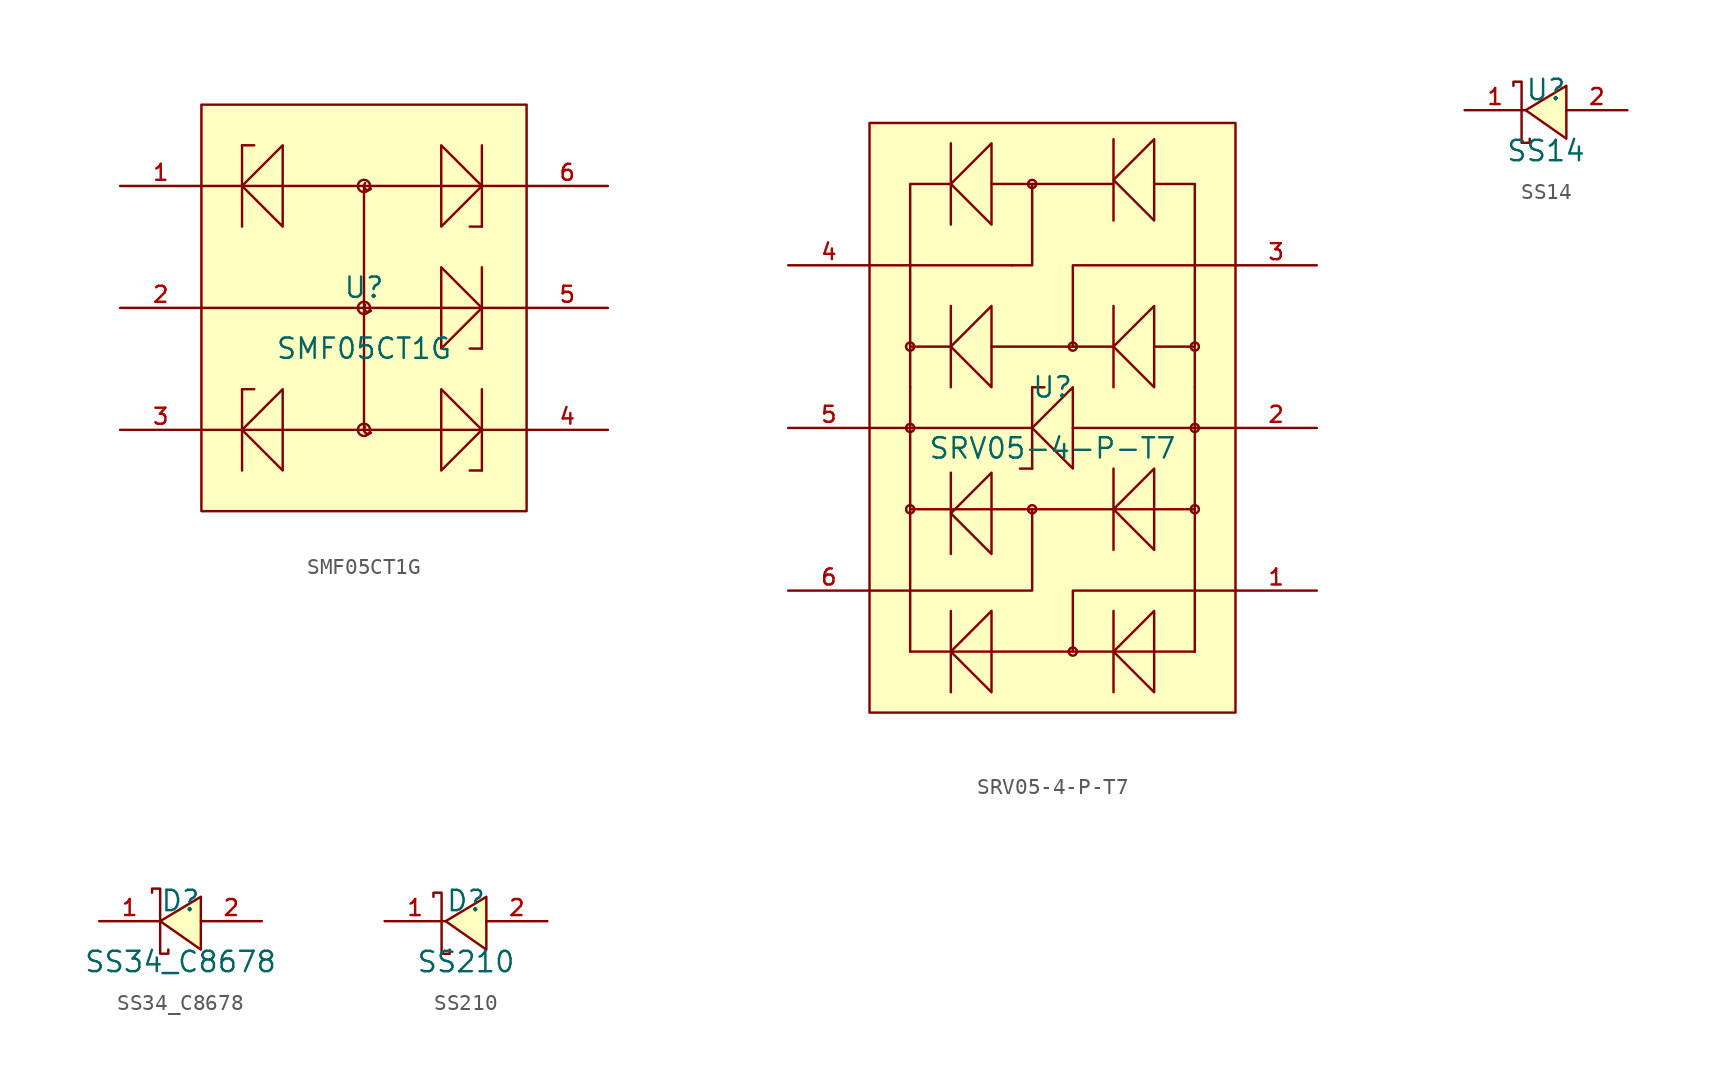
<source format=kicad_sym>
(kicad_symbol_lib
  (version 20220914)
  (generator kicad_symbol_editor)
  (symbol "SMF05CT1G"
    (pin_names hide)
    (property "Reference" "U"
      (at 0 1.27 0)
      (effects (font (size 1.27 1.27))))
    (property "Value" "SMF05CT1G"
      (at 0 -2.54 0)
      (effects (font (size 1.27 1.27))))
    (symbol "SMF05CT1G_0_1"
      (rectangle (start -10.16 12.7) (end 10.16 -12.7) (stroke (width 0) (type default)) (fill (type background)))
      (circle (center 0 -7.62) (radius 0.381) (stroke (width 0) (type default)) (fill (type background)))
      (polyline (pts (xy -10.16 -7.62) (xy 10.16 -7.62)) (stroke (width 0) (type default)) (fill (type none)))
      (polyline (pts (xy -10.16 0) (xy 0 0)) (stroke (width 0) (type default)) (fill (type none)))
      (polyline (pts (xy -10.16 7.62) (xy 10.16 7.62)) (stroke (width 0) (type default)) (fill (type none)))
      (polyline (pts (xy -7.62 -10.16) (xy -7.62 -5.08)) (stroke (width 0) (type default)) (fill (type none)))
      (polyline (pts (xy -7.62 -5.08) (xy -6.858 -5.08)) (stroke (width 0) (type default)) (fill (type none)))
      (polyline (pts (xy -7.62 5.08) (xy -7.62 10.16)) (stroke (width 0) (type default)) (fill (type none)))
      (polyline (pts (xy -7.62 10.16) (xy -6.858 10.16)) (stroke (width 0) (type default)) (fill (type none)))
      (polyline (pts (xy 0 -7.62) (xy 0 7.62)) (stroke (width 0) (type default)) (fill (type none)))
      (polyline (pts (xy 0 0) (xy 10.16 0)) (stroke (width 0) (type default)) (fill (type none)))
      (polyline (pts (xy 7.366 -10.16) (xy 6.604 -10.16)) (stroke (width 0) (type default)) (fill (type none)))
      (polyline (pts (xy 7.366 -5.08) (xy 7.366 -10.16)) (stroke (width 0) (type default)) (fill (type none)))
      (polyline (pts (xy 7.366 -2.54) (xy 6.604 -2.54)) (stroke (width 0) (type default)) (fill (type none)))
      (polyline (pts (xy 7.366 2.54) (xy 7.366 -2.54)) (stroke (width 0) (type default)) (fill (type none)))
      (polyline (pts (xy 7.366 5.08) (xy 6.604 5.08)) (stroke (width 0) (type default)) (fill (type none)))
      (polyline (pts (xy 7.366 10.16) (xy 7.366 5.08)) (stroke (width 0) (type default)) (fill (type none)))
      (polyline (pts (xy -5.08 -5.08) (xy -7.62 -7.62) (xy -5.08 -10.16) (xy -5.08 -5.08)) (stroke (width 0) (type default)) (fill (type background)))
      (polyline (pts (xy -5.08 10.16) (xy -7.62 7.62) (xy -5.08 5.08) (xy -5.08 10.16)) (stroke (width 0) (type default)) (fill (type background)))
      (polyline (pts (xy 4.826 -10.16) (xy 7.366 -7.62) (xy 4.826 -5.08) (xy 4.826 -10.16)) (stroke (width 0) (type default)) (fill (type background)))
      (polyline (pts (xy 4.826 -2.54) (xy 7.366 0) (xy 4.826 2.54) (xy 4.826 -2.54)) (stroke (width 0) (type default)) (fill (type background)))
      (polyline (pts (xy 4.826 5.08) (xy 7.366 7.62) (xy 4.826 10.16) (xy 4.826 5.08)) (stroke (width 0) (type default)) (fill (type background)))
      (circle (center 0 0) (radius 0.381) (stroke (width 0) (type default)) (fill (type background)))
      (circle (center 0 7.62) (radius 0.381) (stroke (width 0) (type default)) (fill (type background)))
      (arc (start 0.0744 -7.4402) (mid 0.0752 -7.7984) (end 0.4336 -7.7994) (stroke (width 0) (type default)) (fill (type none)))
      (arc (start 0.0744 0.1799) (mid 0.0744 -0.1793) (end 0.4336 -0.1794) (stroke (width 0) (type default)) (fill (type none)))
      (arc (start 0.0744 7.7999) (mid 0.0752 7.4417) (end 0.4336 7.4407) (stroke (width 0) (type default)) (fill (type none)))
      (pin input line (at -15.24 7.62 0) (length 5.08) (name "1" (effects (font (size 1 1)))) (number "1" (effects (font (size 1 1)))))
      (pin input line (at -15.24 0 0) (length 5.08) (name "2" (effects (font (size 1 1)))) (number "2" (effects (font (size 1 1)))))
      (pin input line (at -15.24 -7.62 0) (length 5.08) (name "3" (effects (font (size 1 1)))) (number "3" (effects (font (size 1 1)))))
      (pin input line (at 15.24 -7.62 180) (length 5.08) (name "4" (effects (font (size 1 1)))) (number "4" (effects (font (size 1 1)))))
      (pin input line (at 15.24 0 180) (length 5.08) (name "5" (effects (font (size 1 1)))) (number "5" (effects (font (size 1 1)))))
      (pin input line (at 15.24 7.62 180) (length 5.08) (name "6" (effects (font (size 1 1)))) (number "6" (effects (font (size 1 1)))))))
  (symbol "SRV05-4-P-T7"
    (pin_names hide)
    (property "Reference" "U"
      (at 0 1.27 0)
      (effects (font (size 1.27 1.27))))
    (property "Value" "SRV05-4-P-T7"
      (at 0 -2.54 0)
      (effects (font (size 1.27 1.27))))
    (symbol "SRV05-4-P-T7_0_1"
      (rectangle (start -11.43 17.78) (end 11.43 -19.05) (stroke (width 0) (type default)) (fill (type background)))
      (circle (center -8.89 -6.35) (radius 0.254) (stroke (width 0) (type default)) (fill (type background)))
      (circle (center -8.89 -1.27) (radius 0.254) (stroke (width 0) (type default)) (fill (type background)))
      (circle (center -8.89 3.81) (radius 0.254) (stroke (width 0) (type default)) (fill (type background)))
      (circle (center -1.27 -6.35) (radius 0.254) (stroke (width 0) (type default)) (fill (type background)))
      (circle (center -1.27 13.97) (radius 0.254) (stroke (width 0) (type default)) (fill (type background)))
      (polyline (pts (xy -8.89 -15.24) (xy -8.89 1.27)) (stroke (width 0) (type default)) (fill (type none)))
      (polyline (pts (xy -8.89 -1.27) (xy -11.43 -1.27)) (stroke (width 0) (type default)) (fill (type none)))
      (polyline (pts (xy -8.89 8.89) (xy -11.43 8.89)) (stroke (width 0) (type default)) (fill (type none)))
      (polyline (pts (xy -6.35 -17.78) (xy -6.35 -12.7)) (stroke (width 0) (type default)) (fill (type none)))
      (polyline (pts (xy -6.35 -9.144) (xy -6.35 -4.064)) (stroke (width 0) (type default)) (fill (type none)))
      (polyline (pts (xy -6.35 1.27) (xy -6.35 6.35)) (stroke (width 0) (type default)) (fill (type none)))
      (polyline (pts (xy -6.35 11.43) (xy -6.35 16.51)) (stroke (width 0) (type default)) (fill (type none)))
      (polyline (pts (xy -2.54 8.89) (xy -2.54 8.89)) (stroke (width 0) (type default)) (fill (type none)))
      (polyline (pts (xy -2.032 -3.81) (xy -1.27 -3.81)) (stroke (width 0) (type default)) (fill (type none)))
      (polyline (pts (xy -1.27 -6.35) (xy -8.89 -6.35)) (stroke (width 0) (type default)) (fill (type none)))
      (polyline (pts (xy -1.27 -3.81) (xy -1.27 1.27)) (stroke (width 0) (type default)) (fill (type none)))
      (polyline (pts (xy -1.27 -1.27) (xy -8.89 -1.27)) (stroke (width 0) (type default)) (fill (type none)))
      (polyline (pts (xy -1.27 1.27) (xy -0.508 1.27)) (stroke (width 0) (type default)) (fill (type none)))
      (polyline (pts (xy 3.81 -17.78) (xy 3.81 -12.7)) (stroke (width 0) (type default)) (fill (type none)))
      (polyline (pts (xy 3.81 -8.89) (xy 3.81 -3.81)) (stroke (width 0) (type default)) (fill (type none)))
      (polyline (pts (xy 3.81 1.27) (xy 3.81 6.35)) (stroke (width 0) (type default)) (fill (type none)))
      (polyline (pts (xy 3.81 3.81) (xy -3.81 3.81)) (stroke (width 0) (type default)) (fill (type none)))
      (polyline (pts (xy 3.81 11.684) (xy 3.81 16.764)) (stroke (width 0) (type default)) (fill (type none)))
      (polyline (pts (xy 3.81 13.97) (xy -3.81 13.97)) (stroke (width 0) (type default)) (fill (type none)))
      (polyline (pts (xy 8.89 -15.24) (xy -8.89 -15.24)) (stroke (width 0) (type default)) (fill (type none)))
      (polyline (pts (xy 8.89 -15.24) (xy 8.89 1.27)) (stroke (width 0) (type default)) (fill (type none)))
      (polyline (pts (xy 8.89 -6.35) (xy -1.27 -6.35)) (stroke (width 0) (type default)) (fill (type none)))
      (polyline (pts (xy 11.43 -1.27) (xy 1.27 -1.27)) (stroke (width 0) (type default)) (fill (type none)))
      (polyline (pts (xy -6.35 3.81) (xy -8.89 3.81) (xy -8.89 1.27)) (stroke (width 0) (type default)) (fill (type none)))
      (polyline (pts (xy -6.35 13.97) (xy -8.89 13.97) (xy -8.89 3.81)) (stroke (width 0) (type default)) (fill (type none)))
      (polyline (pts (xy -1.27 -6.35) (xy -1.27 -11.43) (xy -11.43 -11.43)) (stroke (width 0) (type default)) (fill (type none)))
      (polyline (pts (xy -1.27 13.97) (xy -1.27 8.89) (xy -8.89 8.89)) (stroke (width 0) (type default)) (fill (type none)))
      (polyline (pts (xy 1.27 -15.24) (xy 1.27 -11.43) (xy 11.43 -11.43)) (stroke (width 0) (type default)) (fill (type none)))
      (polyline (pts (xy 1.27 3.81) (xy 1.27 8.89) (xy 11.43 8.89)) (stroke (width 0) (type default)) (fill (type none)))
      (polyline (pts (xy 6.35 3.81) (xy 8.89 3.81) (xy 8.89 1.27)) (stroke (width 0) (type default)) (fill (type none)))
      (polyline (pts (xy 8.89 3.81) (xy 8.89 13.97) (xy 6.35 13.97)) (stroke (width 0) (type default)) (fill (type none)))
      (polyline (pts (xy -3.81 -12.7) (xy -6.35 -15.24) (xy -3.81 -17.78) (xy -3.81 -12.7)) (stroke (width 0) (type default)) (fill (type background)))
      (polyline (pts (xy -3.81 -4.064) (xy -6.35 -6.604) (xy -3.81 -9.144) (xy -3.81 -4.064)) (stroke (width 0) (type default)) (fill (type background)))
      (polyline (pts (xy -3.81 6.35) (xy -6.35 3.81) (xy -3.81 1.27) (xy -3.81 6.35)) (stroke (width 0) (type default)) (fill (type background)))
      (polyline (pts (xy -3.81 16.51) (xy -6.35 13.97) (xy -3.81 11.43) (xy -3.81 16.51)) (stroke (width 0) (type default)) (fill (type background)))
      (polyline (pts (xy 1.27 1.27) (xy -1.27 -1.27) (xy 1.27 -3.81) (xy 1.27 1.27)) (stroke (width 0) (type default)) (fill (type background)))
      (polyline (pts (xy 6.35 -12.7) (xy 3.81 -15.24) (xy 6.35 -17.78) (xy 6.35 -12.7)) (stroke (width 0) (type default)) (fill (type background)))
      (polyline (pts (xy 6.35 -3.81) (xy 3.81 -6.35) (xy 6.35 -8.89) (xy 6.35 -3.81)) (stroke (width 0) (type default)) (fill (type background)))
      (polyline (pts (xy 6.35 6.35) (xy 3.81 3.81) (xy 6.35 1.27) (xy 6.35 6.35)) (stroke (width 0) (type default)) (fill (type background)))
      (polyline (pts (xy 6.35 16.764) (xy 3.81 14.224) (xy 6.35 11.684) (xy 6.35 16.764)) (stroke (width 0) (type default)) (fill (type background)))
      (circle (center 1.27 -15.24) (radius 0.254) (stroke (width 0) (type default)) (fill (type background)))
      (circle (center 1.27 3.81) (radius 0.254) (stroke (width 0) (type default)) (fill (type background)))
      (circle (center 8.89 -6.35) (radius 0.254) (stroke (width 0) (type default)) (fill (type background)))
      (circle (center 8.89 -1.27) (radius 0.254) (stroke (width 0) (type default)) (fill (type background)))
      (circle (center 8.89 3.81) (radius 0.254) (stroke (width 0) (type default)) (fill (type background)))
      (pin input line (at 16.51 -11.43 180) (length 5.08) (name "1" (effects (font (size 1 1)))) (number "1" (effects (font (size 1 1)))))
      (pin input line (at 16.51 -1.27 180) (length 5.08) (name "2" (effects (font (size 1 1)))) (number "2" (effects (font (size 1 1)))))
      (pin input line (at 16.51 8.89 180) (length 5.08) (name "3" (effects (font (size 1 1)))) (number "3" (effects (font (size 1 1)))))
      (pin input line (at -16.51 8.89 0) (length 5.08) (name "4" (effects (font (size 1 1)))) (number "4" (effects (font (size 1 1)))))
      (pin input line (at -16.51 -1.27 0) (length 5.08) (name "5" (effects (font (size 1 1)))) (number "5" (effects (font (size 1 1)))))
      (pin input line (at -16.51 -11.43 0) (length 5.08) (name "6" (effects (font (size 1 1)))) (number "6" (effects (font (size 1 1)))))))
  (symbol "SS14"
    (pin_names hide)
    (property "Reference" "U"
      (at 0 1.27 0)
      (effects (font (size 1.27 1.27))))
    (property "Value" "SS14"
      (at 0 -2.54 0)
      (effects (font (size 1.27 1.27))))
    (symbol "SS14_0_1"
      (polyline (pts (xy 1.27 1.524) (xy -1.27 0) (xy 1.27 -1.778) (xy 1.27 1.524)) (stroke (width 0) (type default)) (fill (type background)))
      (polyline (pts (xy -2.032 1.524) (xy -2.032 1.778) (xy -1.524 1.778) (xy -1.524 -2.032) (xy -1.016 -2.032) (xy -1.016 -1.778)) (stroke (width 0) (type default)) (fill (type none)))
      (pin unspecified line (at -5.08 0 0) (length 3.81) (name "K" (effects (font (size 1 1)))) (number "1" (effects (font (size 1 1)))))
      (pin unspecified line (at 5.08 0 180) (length 3.81) (name "A" (effects (font (size 1 1)))) (number "2" (effects (font (size 1 1)))))))
  (symbol "SS34_C8678"
    (pin_names hide)
    (property "Reference" "D"
      (at 0 1.27 0)
      (effects (font (size 1.27 1.27))))
    (property "Value" "SS34_C8678"
      (at 0 -2.54 0)
      (effects (font (size 1.27 1.27))))
    (symbol "SS34_C8678_0_1"
      (polyline (pts (xy -1.27 0) (xy -1.27 -2.032) (xy -0.762 -2.032) (xy -0.762 -1.778)) (stroke (width 0) (type default)) (fill (type none)))
      (polyline (pts (xy -1.27 0) (xy -1.27 2.032) (xy -1.778 2.032) (xy -1.778 1.778)) (stroke (width 0) (type default)) (fill (type none)))
      (polyline (pts (xy 1.27 1.524) (xy -1.27 0) (xy 1.27 -1.778) (xy 1.27 1.524)) (stroke (width 0) (type default)) (fill (type background)))
      (pin unspecified line (at -5.08 0 0) (length 3.81) (name "K" (effects (font (size 1 1)))) (number "1" (effects (font (size 1 1)))))
      (pin unspecified line (at 5.08 0 180) (length 3.81) (name "A" (effects (font (size 1 1)))) (number "2" (effects (font (size 1 1)))))))
  (symbol "SS210"
    (pin_names hide)
    (property "Reference" "D"
      (at 0 1.27 0)
      (effects (font (size 1.27 1.27))))
    (property "Value" "SS210"
      (at 0 -2.54 0)
      (effects (font (size 1.27 1.27))))
    (symbol "SS210_0_1"
      (polyline (pts (xy 1.27 1.524) (xy -1.27 0) (xy 1.27 -1.778) (xy 1.27 1.524)) (stroke (width 0) (type default)) (fill (type background)))
      (polyline (pts (xy -2.032 1.524) (xy -2.032 1.778) (xy -1.524 1.778) (xy -1.524 -2.032) (xy -1.016 -2.032) (xy -1.016 -1.778)) (stroke (width 0) (type default)) (fill (type none)))
      (pin unspecified line (at -5.08 0 0) (length 3.81) (name "K" (effects (font (size 1 1)))) (number "1" (effects (font (size 1 1)))))
      (pin unspecified line (at 5.08 0 180) (length 3.81) (name "A" (effects (font (size 1 1)))) (number "2" (effects (font (size 1 1))))))))
</source>
